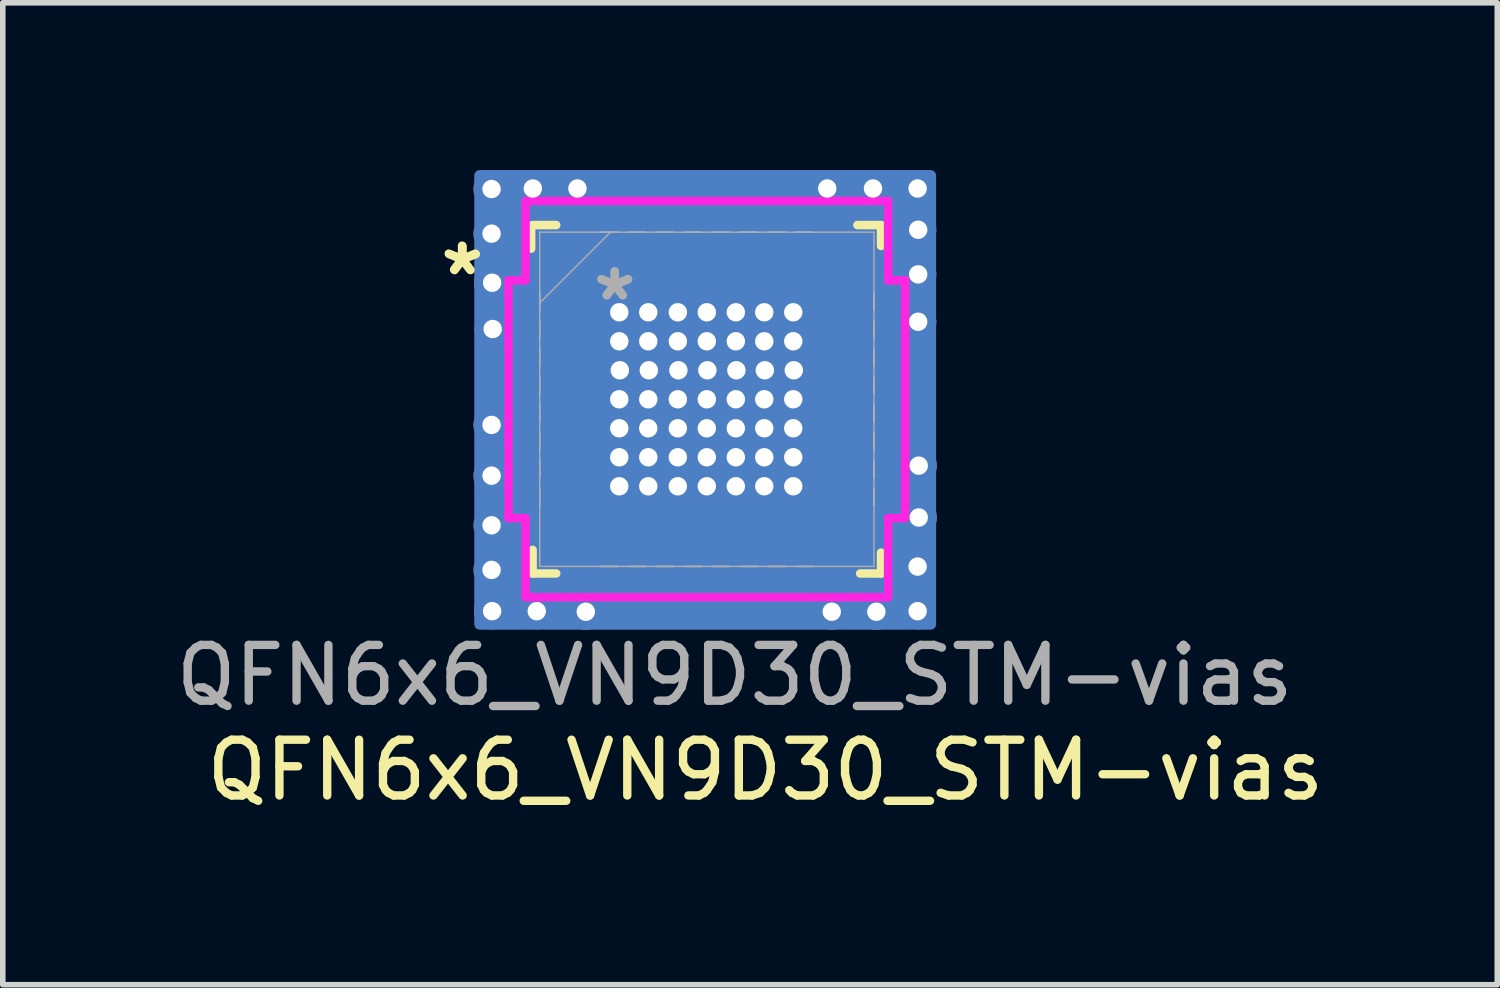
<source format=kicad_pcb>
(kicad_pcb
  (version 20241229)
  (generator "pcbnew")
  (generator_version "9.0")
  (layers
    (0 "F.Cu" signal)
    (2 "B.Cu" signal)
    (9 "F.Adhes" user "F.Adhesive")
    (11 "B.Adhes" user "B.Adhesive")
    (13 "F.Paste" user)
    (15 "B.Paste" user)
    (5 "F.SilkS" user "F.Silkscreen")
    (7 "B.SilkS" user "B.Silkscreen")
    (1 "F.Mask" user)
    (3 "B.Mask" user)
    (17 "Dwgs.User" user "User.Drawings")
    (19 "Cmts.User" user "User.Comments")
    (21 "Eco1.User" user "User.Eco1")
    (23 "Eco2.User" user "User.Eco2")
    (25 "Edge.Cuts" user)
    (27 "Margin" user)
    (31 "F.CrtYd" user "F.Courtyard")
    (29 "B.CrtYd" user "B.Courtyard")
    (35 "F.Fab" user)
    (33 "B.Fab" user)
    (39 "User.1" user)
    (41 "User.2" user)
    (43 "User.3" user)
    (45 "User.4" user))
  (footprint "QFN6x6_VN9D30_STM-vias"
    (layer "F.Cu")
    (at 9.625 4.11)
    (property "Reference" "QFN6x6_VN9D30_STM-vias" (at 1.05 6.65 0) (unlocked yes) (layer "F.SilkS") (effects (font (size 1 1) (thickness 0.15))))
    (attr smd)
    (fp_poly (pts (xy -2.286 -1.903) (xy -2.286 -1.098) (xy -2.997 -1.098) (xy -2.997 -1.903)) (stroke (width 0) (type solid)) (fill yes) (layer "F.Cu"))
    (fp_poly (pts (xy -2.286 -0.903) (xy -2.286 -0.098) (xy -2.997 -0.098) (xy -2.997 -0.903)) (stroke (width 0) (type solid)) (fill yes) (layer "F.Cu"))
    (fp_poly (pts (xy -1.903 -2.997) (xy -1.098 -2.997) (xy -1.098 -2.286) (xy -1.903 -2.286)) (stroke (width 0) (type solid)) (fill yes) (layer "F.Cu"))
    (fp_poly (pts (xy -0.903 -2.997) (xy -0.098 -2.997) (xy -0.098 -2.286) (xy -0.903 -2.286)) (stroke (width 0) (type solid)) (fill yes) (layer "F.Cu"))
    (fp_poly (pts (xy 0.098 -2.997) (xy 0.903 -2.997) (xy 0.903 -2.286) (xy 0.098 -2.286)) (stroke (width 0) (type solid)) (fill yes) (layer "F.Cu"))
    (fp_poly (pts (xy 1.098 -2.997) (xy 1.903 -2.997) (xy 1.903 -2.286) (xy 1.098 -2.286)) (stroke (width 0) (type solid)) (fill yes) (layer "F.Cu"))
    (fp_poly (pts (xy 2.997 -1.903) (xy 2.997 -1.098) (xy 2.286 -1.098) (xy 2.286 -1.903)) (stroke (width 0) (type solid)) (fill yes) (layer "F.Cu"))
    (fp_poly (pts (xy 2.997 -0.903) (xy 2.997 -0.098) (xy 2.286 -0.098) (xy 2.286 -0.903)) (stroke (width 0) (type solid)) (fill yes) (layer "F.Cu"))
    (fp_poly (pts (xy 2.288 -2.27) (xy 2.29 -3) (xy 2.31 -3) (xy 2.31 -3.297) (xy 2.56 -3.298) (xy 2.56 -2.999) (xy 2.585 -3) (xy 2.585 -2.595) (xy 2.991 -2.595) (xy 2.991 -2.28)) (stroke (width 0) (type solid)) (fill yes) (layer "F.Cu"))
    (fp_poly (pts (xy -3 -2.31) (xy -3 -2.28) (xy -2.29 -2.28) (xy -2.29 -2.998) (xy -2.311 -2.998) (xy -2.311 -3.3) (xy -2.571 -3.3) (xy -2.571 -2.997) (xy -2.596 -2.998) (xy -2.596 -2.593) (xy -3 -2.593) (xy -3 -2.57) (xy -3.3 -2.57) (xy -3.3 -2.31)) (stroke (width 0) (type solid)) (fill yes) (layer "F.Cu"))
    (fp_poly (pts (xy -2.286 -1.903) (xy -2.286 -1.098) (xy -2.997 -1.098) (xy -2.997 -1.903)) (stroke (width 0) (type solid)) (fill yes) (layer "F.Mask"))
    (fp_rect (start -4.07 -4.01) (end 4.012 4.032) (stroke (width 0.2) (type solid)) (fill yes) (layer "B.Cu"))
    (fp_line (start -3.15 -3.1) (end -3.15 -2.7) (stroke (width 0.152) (type solid)) (layer "F.SilkS"))
    (fp_line (start -3.124 2.7) (end -3.124 3.124) (stroke (width 0.152) (type solid)) (layer "F.SilkS"))
    (fp_line (start -3.124 3.124) (end -2.7 3.124) (stroke (width 0.152) (type solid)) (layer "F.SilkS"))
    (fp_line (start -2.7 -3.124) (end -3.124 -3.124) (stroke (width 0.152) (type solid)) (layer "F.SilkS"))
    (fp_line (start 2.75 3.124) (end 3.124 3.124) (stroke (width 0.152) (type solid)) (layer "F.SilkS"))
    (fp_line (start 3.124 -3.124) (end 2.7 -3.124) (stroke (width 0.152) (type solid)) (layer "F.SilkS"))
    (fp_line (start 3.124 -2.75) (end 3.124 -3.124) (stroke (width 0.152) (type solid)) (layer "F.SilkS"))
    (fp_line (start 3.124 3.124) (end 3.124 2.75) (stroke (width 0.152) (type solid)) (layer "F.SilkS"))
    (fp_poly (pts (xy -2.286 -1.903) (xy -2.286 -1.098) (xy -2.997 -1.098) (xy -2.997 -1.903)) (stroke (width 0) (type solid)) (fill yes) (layer "F.Paste"))
    (fp_line (start -3.556 -2.131) (end -3.251 -2.131) (stroke (width 0.152) (type solid)) (layer "F.CrtYd"))
    (fp_line (start -3.556 2.131) (end -3.556 -2.131) (stroke (width 0.152) (type solid)) (layer "F.CrtYd"))
    (fp_line (start -3.251 -2.131) (end -3.251 -3.55) (stroke (width 0.152) (type solid)) (layer "F.CrtYd"))
    (fp_line (start -3.251 2.131) (end -3.556 2.131) (stroke (width 0.152) (type solid)) (layer "F.CrtYd"))
    (fp_line (start -3.251 3.55) (end -3.251 2.131) (stroke (width 0.152) (type solid)) (layer "F.CrtYd"))
    (fp_line (start -3.25 -3.556) (end 3.25 -3.556) (stroke (width 0.152) (type solid)) (layer "F.CrtYd"))
    (fp_line (start 3.25 3.55) (end -3.25 3.55) (stroke (width 0.152) (type solid)) (layer "F.CrtYd"))
    (fp_line (start 3.251 -3.55) (end 3.251 -2.131) (stroke (width 0.152) (type solid)) (layer "F.CrtYd"))
    (fp_line (start 3.251 -2.131) (end 3.556 -2.131) (stroke (width 0.152) (type solid)) (layer "F.CrtYd"))
    (fp_line (start 3.251 2.131) (end 3.251 3.55) (stroke (width 0.152) (type solid)) (layer "F.CrtYd"))
    (fp_line (start 3.556 -2.131) (end 3.556 2.131) (stroke (width 0.152) (type solid)) (layer "F.CrtYd"))
    (fp_line (start 3.556 2.131) (end 3.251 2.131) (stroke (width 0.152) (type solid)) (layer "F.CrtYd"))
    (fp_line (start -2.997 -2.997) (end -2.997 2.997) (stroke (width 0.025) (type solid)) (layer "F.Fab"))
    (fp_line (start -2.997 -1.903) (end -2.997 -1.903) (stroke (width 0.025) (type solid)) (layer "F.Fab"))
    (fp_line (start -2.997 -1.903) (end -2.997 -1.598) (stroke (width 0.025) (type solid)) (layer "F.Fab"))
    (fp_line (start -2.997 -1.727) (end -1.727 -2.997) (stroke (width 0.025) (type solid)) (layer "F.Fab"))
    (fp_line (start -2.997 -1.598) (end -2.997 -1.903) (stroke (width 0.025) (type solid)) (layer "F.Fab"))
    (fp_line (start -2.997 -1.598) (end -2.997 -1.598) (stroke (width 0.025) (type solid)) (layer "F.Fab"))
    (fp_line (start -2.997 -1.403) (end -2.997 -1.403) (stroke (width 0.025) (type solid)) (layer "F.Fab"))
    (fp_line (start -2.997 -1.403) (end -2.997 -1.098) (stroke (width 0.025) (type solid)) (layer "F.Fab"))
    (fp_line (start -2.997 -1.098) (end -2.997 -1.403) (stroke (width 0.025) (type solid)) (layer "F.Fab"))
    (fp_line (start -2.997 -1.098) (end -2.997 -1.098) (stroke (width 0.025) (type solid)) (layer "F.Fab"))
    (fp_line (start -2.997 -0.903) (end -2.997 -0.903) (stroke (width 0.025) (type solid)) (layer "F.Fab"))
    (fp_line (start -2.997 -0.903) (end -2.997 -0.598) (stroke (width 0.025) (type solid)) (layer "F.Fab"))
    (fp_line (start -2.997 -0.598) (end -2.997 -0.903) (stroke (width 0.025) (type solid)) (layer "F.Fab"))
    (fp_line (start -2.997 -0.598) (end -2.997 -0.598) (stroke (width 0.025) (type solid)) (layer "F.Fab"))
    (fp_line (start -2.997 -0.402) (end -2.997 -0.402) (stroke (width 0.025) (type solid)) (layer "F.Fab"))
    (fp_line (start -2.997 -0.402) (end -2.997 -0.098) (stroke (width 0.025) (type solid)) (layer "F.Fab"))
    (fp_line (start -2.997 -0.098) (end -2.997 -0.402) (stroke (width 0.025) (type solid)) (layer "F.Fab"))
    (fp_line (start -2.997 -0.098) (end -2.997 -0.098) (stroke (width 0.025) (type solid)) (layer "F.Fab"))
    (fp_line (start -2.997 0.098) (end -2.997 0.098) (stroke (width 0.025) (type solid)) (layer "F.Fab"))
    (fp_line (start -2.997 0.098) (end -2.997 0.402) (stroke (width 0.025) (type solid)) (layer "F.Fab"))
    (fp_line (start -2.997 0.402) (end -2.997 0.098) (stroke (width 0.025) (type solid)) (layer "F.Fab"))
    (fp_line (start -2.997 0.402) (end -2.997 0.402) (stroke (width 0.025) (type solid)) (layer "F.Fab"))
    (fp_line (start -2.997 0.598) (end -2.997 0.598) (stroke (width 0.025) (type solid)) (layer "F.Fab"))
    (fp_line (start -2.997 0.598) (end -2.997 0.903) (stroke (width 0.025) (type solid)) (layer "F.Fab"))
    (fp_line (start -2.997 0.903) (end -2.997 0.598) (stroke (width 0.025) (type solid)) (layer "F.Fab"))
    (fp_line (start -2.997 0.903) (end -2.997 0.903) (stroke (width 0.025) (type solid)) (layer "F.Fab"))
    (fp_line (start -2.997 1.098) (end -2.997 1.098) (stroke (width 0.025) (type solid)) (layer "F.Fab"))
    (fp_line (start -2.997 1.098) (end -2.997 1.403) (stroke (width 0.025) (type solid)) (layer "F.Fab"))
    (fp_line (start -2.997 1.403) (end -2.997 1.098) (stroke (width 0.025) (type solid)) (layer "F.Fab"))
    (fp_line (start -2.997 1.403) (end -2.997 1.403) (stroke (width 0.025) (type solid)) (layer "F.Fab"))
    (fp_line (start -2.997 1.598) (end -2.997 1.598) (stroke (width 0.025) (type solid)) (layer "F.Fab"))
    (fp_line (start -2.997 1.598) (end -2.997 1.903) (stroke (width 0.025) (type solid)) (layer "F.Fab"))
    (fp_line (start -2.997 1.903) (end -2.997 1.598) (stroke (width 0.025) (type solid)) (layer "F.Fab"))
    (fp_line (start -2.997 1.903) (end -2.997 1.903) (stroke (width 0.025) (type solid)) (layer "F.Fab"))
    (fp_line (start -2.997 2.997) (end 2.997 2.997) (stroke (width 0.025) (type solid)) (layer "F.Fab"))
    (fp_line (start -1.903 -2.997) (end -1.903 -2.997) (stroke (width 0.025) (type solid)) (layer "F.Fab"))
    (fp_line (start -1.903 -2.997) (end -1.598 -2.997) (stroke (width 0.025) (type solid)) (layer "F.Fab"))
    (fp_line (start -1.903 2.997) (end -1.903 2.997) (stroke (width 0.025) (type solid)) (layer "F.Fab"))
    (fp_line (start -1.903 2.997) (end -1.598 2.997) (stroke (width 0.025) (type solid)) (layer "F.Fab"))
    (fp_line (start -1.598 -2.997) (end -1.903 -2.997) (stroke (width 0.025) (type solid)) (layer "F.Fab"))
    (fp_line (start -1.598 -2.997) (end -1.598 -2.997) (stroke (width 0.025) (type solid)) (layer "F.Fab"))
    (fp_line (start -1.598 2.997) (end -1.903 2.997) (stroke (width 0.025) (type solid)) (layer "F.Fab"))
    (fp_line (start -1.598 2.997) (end -1.598 2.997) (stroke (width 0.025) (type solid)) (layer "F.Fab"))
    (fp_line (start -1.403 -2.997) (end -1.403 -2.997) (stroke (width 0.025) (type solid)) (layer "F.Fab"))
    (fp_line (start -1.403 -2.997) (end -1.098 -2.997) (stroke (width 0.025) (type solid)) (layer "F.Fab"))
    (fp_line (start -1.403 2.997) (end -1.403 2.997) (stroke (width 0.025) (type solid)) (layer "F.Fab"))
    (fp_line (start -1.403 2.997) (end -1.098 2.997) (stroke (width 0.025) (type solid)) (layer "F.Fab"))
    (fp_line (start -1.098 -2.997) (end -1.403 -2.997) (stroke (width 0.025) (type solid)) (layer "F.Fab"))
    (fp_line (start -1.098 -2.997) (end -1.098 -2.997) (stroke (width 0.025) (type solid)) (layer "F.Fab"))
    (fp_line (start -1.098 2.997) (end -1.403 2.997) (stroke (width 0.025) (type solid)) (layer "F.Fab"))
    (fp_line (start -1.098 2.997) (end -1.098 2.997) (stroke (width 0.025) (type solid)) (layer "F.Fab"))
    (fp_line (start -0.903 -2.997) (end -0.903 -2.997) (stroke (width 0.025) (type solid)) (layer "F.Fab"))
    (fp_line (start -0.903 -2.997) (end -0.598 -2.997) (stroke (width 0.025) (type solid)) (layer "F.Fab"))
    (fp_line (start -0.903 2.997) (end -0.903 2.997) (stroke (width 0.025) (type solid)) (layer "F.Fab"))
    (fp_line (start -0.903 2.997) (end -0.598 2.997) (stroke (width 0.025) (type solid)) (layer "F.Fab"))
    (fp_line (start -0.598 -2.997) (end -0.903 -2.997) (stroke (width 0.025) (type solid)) (layer "F.Fab"))
    (fp_line (start -0.598 -2.997) (end -0.598 -2.997) (stroke (width 0.025) (type solid)) (layer "F.Fab"))
    (fp_line (start -0.598 2.997) (end -0.903 2.997) (stroke (width 0.025) (type solid)) (layer "F.Fab"))
    (fp_line (start -0.598 2.997) (end -0.598 2.997) (stroke (width 0.025) (type solid)) (layer "F.Fab"))
    (fp_line (start -0.402 -2.997) (end -0.402 -2.997) (stroke (width 0.025) (type solid)) (layer "F.Fab"))
    (fp_line (start -0.402 -2.997) (end -0.098 -2.997) (stroke (width 0.025) (type solid)) (layer "F.Fab"))
    (fp_line (start -0.402 2.997) (end -0.402 2.997) (stroke (width 0.025) (type solid)) (layer "F.Fab"))
    (fp_line (start -0.402 2.997) (end -0.098 2.997) (stroke (width 0.025) (type solid)) (layer "F.Fab"))
    (fp_line (start -0.098 -2.997) (end -0.402 -2.997) (stroke (width 0.025) (type solid)) (layer "F.Fab"))
    (fp_line (start -0.098 -2.997) (end -0.098 -2.997) (stroke (width 0.025) (type solid)) (layer "F.Fab"))
    (fp_line (start -0.098 2.997) (end -0.402 2.997) (stroke (width 0.025) (type solid)) (layer "F.Fab"))
    (fp_line (start -0.098 2.997) (end -0.098 2.997) (stroke (width 0.025) (type solid)) (layer "F.Fab"))
    (fp_line (start 0.098 -2.997) (end 0.098 -2.997) (stroke (width 0.025) (type solid)) (layer "F.Fab"))
    (fp_line (start 0.098 -2.997) (end 0.402 -2.997) (stroke (width 0.025) (type solid)) (layer "F.Fab"))
    (fp_line (start 0.098 2.997) (end 0.098 2.997) (stroke (width 0.025) (type solid)) (layer "F.Fab"))
    (fp_line (start 0.098 2.997) (end 0.402 2.997) (stroke (width 0.025) (type solid)) (layer "F.Fab"))
    (fp_line (start 0.402 -2.997) (end 0.098 -2.997) (stroke (width 0.025) (type solid)) (layer "F.Fab"))
    (fp_line (start 0.402 -2.997) (end 0.402 -2.997) (stroke (width 0.025) (type solid)) (layer "F.Fab"))
    (fp_line (start 0.402 2.997) (end 0.098 2.997) (stroke (width 0.025) (type solid)) (layer "F.Fab"))
    (fp_line (start 0.402 2.997) (end 0.402 2.997) (stroke (width 0.025) (type solid)) (layer "F.Fab"))
    (fp_line (start 0.598 -2.997) (end 0.598 -2.997) (stroke (width 0.025) (type solid)) (layer "F.Fab"))
    (fp_line (start 0.598 -2.997) (end 0.903 -2.997) (stroke (width 0.025) (type solid)) (layer "F.Fab"))
    (fp_line (start 0.598 2.997) (end 0.598 2.997) (stroke (width 0.025) (type solid)) (layer "F.Fab"))
    (fp_line (start 0.598 2.997) (end 0.903 2.997) (stroke (width 0.025) (type solid)) (layer "F.Fab"))
    (fp_line (start 0.903 -2.997) (end 0.598 -2.997) (stroke (width 0.025) (type solid)) (layer "F.Fab"))
    (fp_line (start 0.903 -2.997) (end 0.903 -2.997) (stroke (width 0.025) (type solid)) (layer "F.Fab"))
    (fp_line (start 0.903 2.997) (end 0.598 2.997) (stroke (width 0.025) (type solid)) (layer "F.Fab"))
    (fp_line (start 0.903 2.997) (end 0.903 2.997) (stroke (width 0.025) (type solid)) (layer "F.Fab"))
    (fp_line (start 1.098 -2.997) (end 1.098 -2.997) (stroke (width 0.025) (type solid)) (layer "F.Fab"))
    (fp_line (start 1.098 -2.997) (end 1.403 -2.997) (stroke (width 0.025) (type solid)) (layer "F.Fab"))
    (fp_line (start 1.098 2.997) (end 1.098 2.997) (stroke (width 0.025) (type solid)) (layer "F.Fab"))
    (fp_line (start 1.098 2.997) (end 1.403 2.997) (stroke (width 0.025) (type solid)) (layer "F.Fab"))
    (fp_line (start 1.403 -2.997) (end 1.098 -2.997) (stroke (width 0.025) (type solid)) (layer "F.Fab"))
    (fp_line (start 1.403 -2.997) (end 1.403 -2.997) (stroke (width 0.025) (type solid)) (layer "F.Fab"))
    (fp_line (start 1.403 2.997) (end 1.098 2.997) (stroke (width 0.025) (type solid)) (layer "F.Fab"))
    (fp_line (start 1.403 2.997) (end 1.403 2.997) (stroke (width 0.025) (type solid)) (layer "F.Fab"))
    (fp_line (start 1.598 -2.997) (end 1.598 -2.997) (stroke (width 0.025) (type solid)) (layer "F.Fab"))
    (fp_line (start 1.598 -2.997) (end 1.903 -2.997) (stroke (width 0.025) (type solid)) (layer "F.Fab"))
    (fp_line (start 1.598 2.997) (end 1.598 2.997) (stroke (width 0.025) (type solid)) (layer "F.Fab"))
    (fp_line (start 1.598 2.997) (end 1.903 2.997) (stroke (width 0.025) (type solid)) (layer "F.Fab"))
    (fp_line (start 1.903 -2.997) (end 1.598 -2.997) (stroke (width 0.025) (type solid)) (layer "F.Fab"))
    (fp_line (start 1.903 -2.997) (end 1.903 -2.997) (stroke (width 0.025) (type solid)) (layer "F.Fab"))
    (fp_line (start 1.903 2.997) (end 1.598 2.997) (stroke (width 0.025) (type solid)) (layer "F.Fab"))
    (fp_line (start 1.903 2.997) (end 1.903 2.997) (stroke (width 0.025) (type solid)) (layer "F.Fab"))
    (fp_line (start 2.997 -2.997) (end -2.997 -2.997) (stroke (width 0.025) (type solid)) (layer "F.Fab"))
    (fp_line (start 2.997 -1.903) (end 2.997 -1.903) (stroke (width 0.025) (type solid)) (layer "F.Fab"))
    (fp_line (start 2.997 -1.903) (end 2.997 -1.598) (stroke (width 0.025) (type solid)) (layer "F.Fab"))
    (fp_line (start 2.997 -1.598) (end 2.997 -1.903) (stroke (width 0.025) (type solid)) (layer "F.Fab"))
    (fp_line (start 2.997 -1.598) (end 2.997 -1.598) (stroke (width 0.025) (type solid)) (layer "F.Fab"))
    (fp_line (start 2.997 -1.403) (end 2.997 -1.403) (stroke (width 0.025) (type solid)) (layer "F.Fab"))
    (fp_line (start 2.997 -1.403) (end 2.997 -1.098) (stroke (width 0.025) (type solid)) (layer "F.Fab"))
    (fp_line (start 2.997 -1.098) (end 2.997 -1.403) (stroke (width 0.025) (type solid)) (layer "F.Fab"))
    (fp_line (start 2.997 -1.098) (end 2.997 -1.098) (stroke (width 0.025) (type solid)) (layer "F.Fab"))
    (fp_line (start 2.997 -0.903) (end 2.997 -0.903) (stroke (width 0.025) (type solid)) (layer "F.Fab"))
    (fp_line (start 2.997 -0.903) (end 2.997 -0.598) (stroke (width 0.025) (type solid)) (layer "F.Fab"))
    (fp_line (start 2.997 -0.598) (end 2.997 -0.903) (stroke (width 0.025) (type solid)) (layer "F.Fab"))
    (fp_line (start 2.997 -0.598) (end 2.997 -0.598) (stroke (width 0.025) (type solid)) (layer "F.Fab"))
    (fp_line (start 2.997 -0.402) (end 2.997 -0.402) (stroke (width 0.025) (type solid)) (layer "F.Fab"))
    (fp_line (start 2.997 -0.402) (end 2.997 -0.098) (stroke (width 0.025) (type solid)) (layer "F.Fab"))
    (fp_line (start 2.997 -0.098) (end 2.997 -0.402) (stroke (width 0.025) (type solid)) (layer "F.Fab"))
    (fp_line (start 2.997 -0.098) (end 2.997 -0.098) (stroke (width 0.025) (type solid)) (layer "F.Fab"))
    (fp_line (start 2.997 0.098) (end 2.997 0.098) (stroke (width 0.025) (type solid)) (layer "F.Fab"))
    (fp_line (start 2.997 0.098) (end 2.997 0.402) (stroke (width 0.025) (type solid)) (layer "F.Fab"))
    (fp_line (start 2.997 0.402) (end 2.997 0.098) (stroke (width 0.025) (type solid)) (layer "F.Fab"))
    (fp_line (start 2.997 0.402) (end 2.997 0.402) (stroke (width 0.025) (type solid)) (layer "F.Fab"))
    (fp_line (start 2.997 0.598) (end 2.997 0.598) (stroke (width 0.025) (type solid)) (layer "F.Fab"))
    (fp_line (start 2.997 0.598) (end 2.997 0.903) (stroke (width 0.025) (type solid)) (layer "F.Fab"))
    (fp_line (start 2.997 0.903) (end 2.997 0.598) (stroke (width 0.025) (type solid)) (layer "F.Fab"))
    (fp_line (start 2.997 0.903) (end 2.997 0.903) (stroke (width 0.025) (type solid)) (layer "F.Fab"))
    (fp_line (start 2.997 1.098) (end 2.997 1.098) (stroke (width 0.025) (type solid)) (layer "F.Fab"))
    (fp_line (start 2.997 1.098) (end 2.997 1.403) (stroke (width 0.025) (type solid)) (layer "F.Fab"))
    (fp_line (start 2.997 1.403) (end 2.997 1.098) (stroke (width 0.025) (type solid)) (layer "F.Fab"))
    (fp_line (start 2.997 1.403) (end 2.997 1.403) (stroke (width 0.025) (type solid)) (layer "F.Fab"))
    (fp_line (start 2.997 1.598) (end 2.997 1.598) (stroke (width 0.025) (type solid)) (layer "F.Fab"))
    (fp_line (start 2.997 1.598) (end 2.997 1.903) (stroke (width 0.025) (type solid)) (layer "F.Fab"))
    (fp_line (start 2.997 1.903) (end 2.997 1.598) (stroke (width 0.025) (type solid)) (layer "F.Fab"))
    (fp_line (start 2.997 1.903) (end 2.997 1.903) (stroke (width 0.025) (type solid)) (layer "F.Fab"))
    (fp_line (start 2.997 2.997) (end 2.997 -2.997) (stroke (width 0.025) (type solid)) (layer "F.Fab"))
    (fp_text user "*" (at -4.39 -2.21 0) (layer "F.SilkS") (effects (font (size 1 1) (thickness 0.15))))
    (fp_text user "*" (at -4.38 -2.2 0) (unlocked yes) (layer "F.SilkS") (effects (font (size 1 1) (thickness 0.15))))
    (fp_text user "${REFERENCE}" (at 0.5 4.95 0) (unlocked yes) (layer "F.Fab") (effects (font (size 1 1) (thickness 0.15))))
    (fp_text user "*" (at -1.651 -1.75 0) (unlocked yes) (layer "F.Fab") (effects (font (size 1 1) (thickness 0.15))))
    (fp_text user "*" (at -1.651 -1.75 0) (layer "F.Fab") (effects (font (size 1 1) (thickness 0.15))))
    (pad "" smd rect (at -2.794 -0.75 90) (size 0.254 1.016) (layers "F.Cu" "F.Mask" "F.Paste"))
    (pad "1" smd rect (at -2.794 -1.75 90) (size 0.254 1.016) (layers "F.Cu" "F.Mask" "F.Paste"))
    (pad "2" smd rect (at -2.794 -1.25 90) (size 0.254 1.016) (layers "F.Cu" "F.Mask" "F.Paste"))
    (pad "4" smd rect (at -2.794 -0.25 90) (size 0.254 1.016) (layers "F.Cu" "F.Mask" "F.Paste"))
    (pad "5" smd rect (at -2.794 0.25 90) (size 0.254 1.016) (layers "F.Cu" "F.Mask" "F.Paste"))
    (pad "6" smd rect (at -2.794 0.75 90) (size 0.254 1.016) (layers "F.Cu" "F.Mask" "F.Paste"))
    (pad "7" smd rect (at -2.794 1.25 90) (size 0.254 1.016) (layers "F.Cu" "F.Mask" "F.Paste"))
    (pad "8" smd rect (at -2.794 1.75 90) (size 0.254 1.016) (layers "F.Cu" "F.Mask" "F.Paste"))
    (pad "9" smd rect (at -1.75 2.794) (size 0.254 1.016) (layers "F.Cu" "F.Mask" "F.Paste"))
    (pad "10" smd rect (at -1.25 2.794) (size 0.254 1.016) (layers "F.Cu" "F.Mask" "F.Paste"))
    (pad "11" smd rect (at -0.75 2.794) (size 0.254 1.016) (layers "F.Cu" "F.Mask" "F.Paste"))
    (pad "12" smd rect (at -0.25 2.794) (size 0.254 1.016) (layers "F.Cu" "F.Mask" "F.Paste"))
    (pad "13" smd rect (at 0.25 2.794) (size 0.254 1.016) (layers "F.Cu" "F.Mask" "F.Paste"))
    (pad "14" smd rect (at 0.75 2.794) (size 0.254 1.016) (layers "F.Cu" "F.Mask" "F.Paste"))
    (pad "15" smd rect (at 1.25 2.794) (size 0.254 1.016) (layers "F.Cu" "F.Mask" "F.Paste"))
    (pad "16" smd rect (at 1.75 2.794) (size 0.254 1.016) (layers "F.Cu" "F.Mask" "F.Paste"))
    (pad "17" smd rect (at 2.794 1.75 90) (size 0.254 1.016) (layers "F.Cu" "F.Mask" "F.Paste"))
    (pad "18" smd rect (at 2.794 1.25 90) (size 0.254 1.016) (layers "F.Cu" "F.Mask" "F.Paste"))
    (pad "19" smd rect (at 2.794 0.75 90) (size 0.254 1.016) (layers "F.Cu" "F.Mask" "F.Paste"))
    (pad "20" smd rect (at 2.794 0.25 90) (size 0.254 1.016) (layers "F.Cu" "F.Mask" "F.Paste"))
    (pad "21" smd rect (at 2.794 -0.25 90) (size 0.254 1.016) (layers "F.Cu" "F.Mask" "F.Paste"))
    (pad "22" smd rect (at 2.794 -0.75 90) (size 0.254 1.016) (layers "F.Cu" "F.Mask" "F.Paste"))
    (pad "23" smd rect (at 2.794 -1.25 90) (size 0.254 1.016) (layers "F.Cu" "F.Mask" "F.Paste"))
    (pad "24" smd rect (at 2.794 -1.75 90) (size 0.254 1.016) (layers "F.Cu" "F.Mask" "F.Paste"))
    (pad "25" smd rect (at 1.75 -2.794) (size 0.254 1.016) (layers "F.Cu" "F.Mask" "F.Paste"))
    (pad "26" smd rect (at 1.25 -2.794) (size 0.254 1.016) (layers "F.Cu" "F.Mask" "F.Paste"))
    (pad "27" smd rect (at 0.75 -2.794) (size 0.254 1.016) (layers "F.Cu" "F.Mask" "F.Paste"))
    (pad "28" smd rect (at 0.25 -2.794) (size 0.254 1.016) (layers "F.Cu" "F.Mask" "F.Paste"))
    (pad "29" smd rect (at -0.25 -2.794) (size 0.254 1.016) (layers "F.Cu" "F.Mask" "F.Paste"))
    (pad "30" smd rect (at -0.75 -2.794) (size 0.254 1.016) (layers "F.Cu" "F.Mask" "F.Paste"))
    (pad "31" smd rect (at -1.25 -2.794) (size 0.254 1.016) (layers "F.Cu" "F.Mask" "F.Paste"))
    (pad "32" smd rect (at -1.75 -2.794) (size 0.254 1.016) (layers "F.Cu" "F.Mask" "F.Paste"))
    (pad "33" thru_hole circle (at -3.86 -3.77) (size 0.65 0.65) (drill 0.33) (layers "*.Cu" "F.Mask" "F.Paste") (remove_unused_layers yes) (keep_end_layers yes) (zone_layer_connections))
    (pad "33" thru_hole circle (at -3.86 -2.97) (size 0.65 0.65) (drill 0.33) (layers "*.Cu" "F.Mask" "F.Paste") (remove_unused_layers yes) (keep_end_layers yes) (zone_layer_connections))
    (pad "33" thru_hole circle (at -3.86 0.46 90) (size 0.65 0.65) (drill 0.33) (layers "*.Cu" "F.Mask" "F.Paste") (remove_unused_layers yes) (keep_end_layers yes) (zone_layer_connections))
    (pad "33" thru_hole circle (at -3.86 1.37 90) (size 0.65 0.65) (drill 0.33) (layers "*.Cu" "F.Mask" "F.Paste") (remove_unused_layers yes) (keep_end_layers yes) (zone_layer_connections))
    (pad "33" thru_hole circle (at -3.86 2.26 90) (size 0.65 0.65) (drill 0.33) (layers "*.Cu" "F.Mask" "F.Paste") (remove_unused_layers yes) (keep_end_layers yes) (zone_layer_connections))
    (pad "33" thru_hole circle (at -3.86 3.06 90) (size 0.65 0.65) (drill 0.33) (layers "*.Cu" "F.Mask" "F.Paste") (remove_unused_layers yes) (keep_end_layers yes) (zone_layer_connections))
    (pad "33" thru_hole circle (at -3.85 -2.09) (size 0.65 0.65) (drill 0.33) (layers "*.Cu" "F.Mask" "F.Paste") (remove_unused_layers yes) (keep_end_layers yes) (zone_layer_connections))
    (pad "33" thru_hole circle (at -3.85 3.8 90) (size 0.65 0.65) (drill 0.33) (layers "*.Cu" "F.Mask" "F.Paste") (remove_unused_layers yes) (keep_end_layers yes) (zone_layer_connections))
    (pad "33" thru_hole circle (at -3.84 -1.26 180) (size 0.65 0.65) (drill 0.33) (layers "*.Cu" "F.Mask" "F.Paste") (remove_unused_layers yes) (keep_end_layers yes) (zone_layer_connections))
    (pad "33" thru_hole circle (at -3.12 -3.78) (size 0.65 0.65) (drill 0.33) (layers "*.Cu" "F.Mask" "F.Paste") (remove_unused_layers yes) (keep_end_layers yes) (zone_layer_connections))
    (pad "33" thru_hole circle (at -3.05 3.8 90) (size 0.65 0.65) (drill 0.33) (layers "*.Cu" "F.Mask" "F.Paste") (remove_unused_layers yes) (keep_end_layers yes) (zone_layer_connections))
    (pad "33" thru_hole circle (at -2.32 -3.78) (size 0.65 0.65) (drill 0.33) (layers "*.Cu" "F.Mask" "F.Paste") (remove_unused_layers yes) (keep_end_layers yes) (zone_layer_connections))
    (pad "33" thru_hole circle (at -2.17 3.81 90) (size 0.65 0.65) (drill 0.33) (layers "*.Cu" "F.Mask" "F.Paste") (remove_unused_layers yes) (keep_end_layers yes) (zone_layer_connections))
    (pad "33" thru_hole circle (at -1.57 -1.56) (size 0.65 0.65) (drill 0.33) (layers "*.Cu" "F.Mask" "F.Paste") (remove_unused_layers yes) (keep_end_layers yes) (zone_layer_connections))
    (pad "33" thru_hole circle (at -1.57 -1.04) (size 0.65 0.65) (drill 0.33) (layers "*.Cu" "F.Mask" "F.Paste") (remove_unused_layers yes) (keep_end_layers yes) (zone_layer_connections))
    (pad "33" thru_hole circle (at -1.57 0) (size 0.65 0.65) (drill 0.33) (layers "*.Cu" "F.Mask" "F.Paste") (remove_unused_layers yes) (keep_end_layers yes) (zone_layer_connections))
    (pad "33" thru_hole circle (at -1.57 0.52) (size 0.65 0.65) (drill 0.33) (layers "*.Cu" "F.Mask" "F.Paste") (remove_unused_layers yes) (keep_end_layers yes) (zone_layer_connections))
    (pad "33" thru_hole circle (at -1.57 1.04) (size 0.65 0.65) (drill 0.33) (layers "*.Cu" "F.Mask" "F.Paste") (remove_unused_layers yes) (keep_end_layers yes) (zone_layer_connections))
    (pad "33" thru_hole circle (at -1.57 1.56) (size 0.65 0.65) (drill 0.33) (layers "*.Cu" "F.Mask" "F.Paste") (remove_unused_layers yes) (keep_end_layers yes) (zone_layer_connections))
    (pad "33" thru_hole circle (at -1.56 -0.52) (size 0.65 0.65) (drill 0.33) (layers "*.Cu" "F.Mask" "F.Paste") (remove_unused_layers yes) (keep_end_layers yes) (zone_layer_connections))
    (pad "33" thru_hole circle (at -1.05 -1.56) (size 0.65 0.65) (drill 0.33) (layers "*.Cu" "F.Mask" "F.Paste") (remove_unused_layers yes) (keep_end_layers yes) (zone_layer_connections))
    (pad "33" thru_hole circle (at -1.05 -1.04) (size 0.65 0.65) (drill 0.33) (layers "*.Cu" "F.Mask" "F.Paste") (remove_unused_layers yes) (keep_end_layers yes) (zone_layer_connections))
    (pad "33" thru_hole circle (at -1.05 0) (size 0.65 0.65) (drill 0.33) (layers "*.Cu" "F.Mask" "F.Paste") (remove_unused_layers yes) (keep_end_layers yes) (zone_layer_connections))
    (pad "33" thru_hole circle (at -1.05 0.52) (size 0.65 0.65) (drill 0.33) (layers "*.Cu" "F.Mask" "F.Paste") (remove_unused_layers yes) (keep_end_layers yes) (zone_layer_connections))
    (pad "33" thru_hole circle (at -1.05 1.04) (size 0.65 0.65) (drill 0.33) (layers "*.Cu" "F.Mask" "F.Paste") (remove_unused_layers yes) (keep_end_layers yes) (zone_layer_connections))
    (pad "33" thru_hole circle (at -1.05 1.56) (size 0.65 0.65) (drill 0.33) (layers "*.Cu" "F.Mask" "F.Paste") (remove_unused_layers yes) (keep_end_layers yes) (zone_layer_connections))
    (pad "33" thru_hole circle (at -1.04 -0.52) (size 0.65 0.65) (drill 0.33) (layers "*.Cu" "F.Mask" "F.Paste") (remove_unused_layers yes) (keep_end_layers yes) (zone_layer_connections))
    (pad "33" thru_hole circle (at -0.52 -1.56) (size 0.65 0.65) (drill 0.33) (layers "*.Cu" "F.Mask" "F.Paste") (remove_unused_layers yes) (keep_end_layers yes) (zone_layer_connections))
    (pad "33" thru_hole circle (at -0.52 -1.04) (size 0.65 0.65) (drill 0.33) (layers "*.Cu" "F.Mask" "F.Paste") (remove_unused_layers yes) (keep_end_layers yes) (zone_layer_connections))
    (pad "33" thru_hole circle (at -0.52 0) (size 0.65 0.65) (drill 0.33) (layers "*.Cu" "F.Mask" "F.Paste") (remove_unused_layers yes) (keep_end_layers yes) (zone_layer_connections))
    (pad "33" thru_hole circle (at -0.52 0.52) (size 0.65 0.65) (drill 0.33) (layers "*.Cu" "F.Mask" "F.Paste") (remove_unused_layers yes) (keep_end_layers yes) (zone_layer_connections))
    (pad "33" thru_hole circle (at -0.52 1.04) (size 0.65 0.65) (drill 0.33) (layers "*.Cu" "F.Mask" "F.Paste") (remove_unused_layers yes) (keep_end_layers yes) (zone_layer_connections))
    (pad "33" thru_hole circle (at -0.52 1.56) (size 0.65 0.65) (drill 0.33) (layers "*.Cu" "F.Mask" "F.Paste") (remove_unused_layers yes) (keep_end_layers yes) (zone_layer_connections))
    (pad "33" thru_hole circle (at -0.51 -0.52) (size 0.65 0.65) (drill 0.33) (layers "*.Cu" "F.Mask" "F.Paste") (remove_unused_layers yes) (keep_end_layers yes) (zone_layer_connections))
    (pad "33" thru_hole circle (at 0 -1.56) (size 0.65 0.65) (drill 0.33) (layers "*.Cu" "F.Mask" "F.Paste") (remove_unused_layers yes) (keep_end_layers yes) (zone_layer_connections))
    (pad "33" thru_hole circle (at 0 -1.04) (size 0.65 0.65) (drill 0.33) (layers "*.Cu" "F.Mask" "F.Paste") (remove_unused_layers yes) (keep_end_layers yes) (zone_layer_connections))
    (pad "33" thru_hole circle (at 0 0) (size 0.65 0.65) (drill 0.33) (layers "*.Cu" "F.Mask" "F.Paste") (remove_unused_layers yes) (keep_end_layers yes) (zone_layer_connections))
    (pad "33" smd rect (at 0 0) (size 3.912 3.912) (layers "F.Cu" "F.Mask" "F.Paste"))
    (pad "33" thru_hole circle (at 0 0.52) (size 0.65 0.65) (drill 0.33) (layers "*.Cu" "F.Mask" "F.Paste") (remove_unused_layers yes) (keep_end_layers yes) (zone_layer_connections))
    (pad "33" thru_hole circle (at 0 1.04) (size 0.65 0.65) (drill 0.33) (layers "*.Cu" "F.Mask" "F.Paste") (remove_unused_layers yes) (keep_end_layers yes) (zone_layer_connections))
    (pad "33" thru_hole circle (at 0 1.56) (size 0.65 0.65) (drill 0.33) (layers "*.Cu" "F.Mask" "F.Paste") (remove_unused_layers yes) (keep_end_layers yes) (zone_layer_connections))
    (pad "33" thru_hole circle (at 0.01 -0.52) (size 0.65 0.65) (drill 0.33) (layers "*.Cu" "F.Mask" "F.Paste") (remove_unused_layers yes) (keep_end_layers yes) (zone_layer_connections))
    (pad "33" thru_hole circle (at 0.52 -1.56) (size 0.65 0.65) (drill 0.33) (layers "*.Cu" "F.Mask" "F.Paste") (remove_unused_layers yes) (keep_end_layers yes) (zone_layer_connections))
    (pad "33" thru_hole circle (at 0.52 -1.04) (size 0.65 0.65) (drill 0.33) (layers "*.Cu" "F.Mask" "F.Paste") (remove_unused_layers yes) (keep_end_layers yes) (zone_layer_connections))
    (pad "33" thru_hole circle (at 0.52 0) (size 0.65 0.65) (drill 0.33) (layers "*.Cu" "F.Mask" "F.Paste") (remove_unused_layers yes) (keep_end_layers yes) (zone_layer_connections))
    (pad "33" thru_hole circle (at 0.52 0.52) (size 0.65 0.65) (drill 0.33) (layers "*.Cu" "F.Mask" "F.Paste") (remove_unused_layers yes) (keep_end_layers yes) (zone_layer_connections))
    (pad "33" thru_hole circle (at 0.52 1.04) (size 0.65 0.65) (drill 0.33) (layers "*.Cu" "F.Mask" "F.Paste") (remove_unused_layers yes) (keep_end_layers yes) (zone_layer_connections))
    (pad "33" thru_hole circle (at 0.52 1.56) (size 0.65 0.65) (drill 0.33) (layers "*.Cu" "F.Mask" "F.Paste") (remove_unused_layers yes) (keep_end_layers yes) (zone_layer_connections))
    (pad "33" thru_hole circle (at 0.53 -0.52) (size 0.65 0.65) (drill 0.33) (layers "*.Cu" "F.Mask" "F.Paste") (remove_unused_layers yes) (keep_end_layers yes) (zone_layer_connections))
    (pad "33" thru_hole circle (at 1.03 -1.56) (size 0.65 0.65) (drill 0.33) (layers "*.Cu" "F.Mask" "F.Paste") (remove_unused_layers yes) (keep_end_layers yes) (zone_layer_connections))
    (pad "33" thru_hole circle (at 1.03 -1.04) (size 0.65 0.65) (drill 0.33) (layers "*.Cu" "F.Mask" "F.Paste") (remove_unused_layers yes) (keep_end_layers yes) (zone_layer_connections))
    (pad "33" thru_hole circle (at 1.03 0) (size 0.65 0.65) (drill 0.33) (layers "*.Cu" "F.Mask" "F.Paste") (remove_unused_layers yes) (keep_end_layers yes) (zone_layer_connections))
    (pad "33" thru_hole circle (at 1.03 0.52) (size 0.65 0.65) (drill 0.33) (layers "*.Cu" "F.Mask" "F.Paste") (remove_unused_layers yes) (keep_end_layers yes) (zone_layer_connections))
    (pad "33" thru_hole circle (at 1.03 1.04) (size 0.65 0.65) (drill 0.33) (layers "*.Cu" "F.Mask" "F.Paste") (remove_unused_layers yes) (keep_end_layers yes) (zone_layer_connections))
    (pad "33" thru_hole circle (at 1.03 1.56) (size 0.65 0.65) (drill 0.33) (layers "*.Cu" "F.Mask" "F.Paste") (remove_unused_layers yes) (keep_end_layers yes) (zone_layer_connections))
    (pad "33" thru_hole circle (at 1.04 -0.52) (size 0.65 0.65) (drill 0.33) (layers "*.Cu" "F.Mask" "F.Paste") (remove_unused_layers yes) (keep_end_layers yes) (zone_layer_connections))
    (pad "33" thru_hole circle (at 1.55 -1.56) (size 0.65 0.65) (drill 0.33) (layers "*.Cu" "F.Mask" "F.Paste") (remove_unused_layers yes) (keep_end_layers yes) (zone_layer_connections))
    (pad "33" thru_hole circle (at 1.55 -1.04) (size 0.65 0.65) (drill 0.33) (layers "*.Cu" "F.Mask" "F.Paste") (remove_unused_layers yes) (keep_end_layers yes) (zone_layer_connections))
    (pad "33" thru_hole circle (at 1.55 0) (size 0.65 0.65) (drill 0.33) (layers "*.Cu" "F.Mask" "F.Paste") (remove_unused_layers yes) (keep_end_layers yes) (zone_layer_connections))
    (pad "33" thru_hole circle (at 1.55 0.52) (size 0.65 0.65) (drill 0.33) (layers "*.Cu" "F.Mask" "F.Paste") (remove_unused_layers yes) (keep_end_layers yes) (zone_layer_connections))
    (pad "33" thru_hole circle (at 1.55 1.04) (size 0.65 0.65) (drill 0.33) (layers "*.Cu" "F.Mask" "F.Paste") (remove_unused_layers yes) (keep_end_layers yes) (zone_layer_connections))
    (pad "33" thru_hole circle (at 1.55 1.56) (size 0.65 0.65) (drill 0.33) (layers "*.Cu" "F.Mask" "F.Paste") (remove_unused_layers yes) (keep_end_layers yes) (zone_layer_connections))
    (pad "33" thru_hole circle (at 1.56 -0.52) (size 0.65 0.65) (drill 0.33) (layers "*.Cu" "F.Mask" "F.Paste") (remove_unused_layers yes) (keep_end_layers yes) (zone_layer_connections))
    (pad "33" thru_hole circle (at 2.16 -3.78 270) (size 0.65 0.65) (drill 0.33) (layers "*.Cu" "F.Mask" "F.Paste") (remove_unused_layers yes) (keep_end_layers yes) (zone_layer_connections))
    (pad "33" thru_hole circle (at 2.24 3.81 180) (size 0.65 0.65) (drill 0.33) (layers "*.Cu" "F.Mask" "F.Paste") (remove_unused_layers yes) (keep_end_layers yes) (zone_layer_connections))
    (pad "33" thru_hole circle (at 2.98 -3.78 270) (size 0.65 0.65) (drill 0.33) (layers "*.Cu" "F.Mask" "F.Paste") (remove_unused_layers yes) (keep_end_layers yes) (zone_layer_connections))
    (pad "33" thru_hole circle (at 3.04 3.81 180) (size 0.65 0.65) (drill 0.33) (layers "*.Cu" "F.Mask" "F.Paste") (remove_unused_layers yes) (keep_end_layers yes) (zone_layer_connections))
    (pad "33" thru_hole circle (at 3.78 -3.78 270) (size 0.65 0.65) (drill 0.33) (layers "*.Cu" "F.Mask" "F.Paste") (remove_unused_layers yes) (keep_end_layers yes) (zone_layer_connections))
    (pad "33" thru_hole circle (at 3.78 3 180) (size 0.65 0.65) (drill 0.33) (layers "*.Cu" "F.Mask" "F.Paste") (remove_unused_layers yes) (keep_end_layers yes) (zone_layer_connections))
    (pad "33" thru_hole circle (at 3.78 3.8 180) (size 0.65 0.65) (drill 0.33) (layers "*.Cu" "F.Mask" "F.Paste") (remove_unused_layers yes) (keep_end_layers yes) (zone_layer_connections))
    (pad "33" thru_hole circle (at 3.79 -3.04 270) (size 0.65 0.65) (drill 0.33) (layers "*.Cu" "F.Mask" "F.Paste") (remove_unused_layers yes) (keep_end_layers yes) (zone_layer_connections))
    (pad "33" thru_hole circle (at 3.79 -2.24 270) (size 0.65 0.65) (drill 0.33) (layers "*.Cu" "F.Mask" "F.Paste") (remove_unused_layers yes) (keep_end_layers yes) (zone_layer_connections))
    (pad "33" thru_hole circle (at 3.79 -1.39 270) (size 0.65 0.65) (drill 0.33) (layers "*.Cu" "F.Mask" "F.Paste") (remove_unused_layers yes) (keep_end_layers yes) (zone_layer_connections))
    (pad "33" thru_hole circle (at 3.8 1.19 180) (size 0.65 0.65) (drill 0.33) (layers "*.Cu" "F.Mask" "F.Paste") (remove_unused_layers yes) (keep_end_layers yes) (zone_layer_connections))
    (pad "33" thru_hole circle (at 3.8 2.12 180) (size 0.65 0.65) (drill 0.33) (layers "*.Cu" "F.Mask" "F.Paste") (remove_unused_layers yes) (keep_end_layers yes) (zone_layer_connections))
    (pad "39" smd circle (at -7.75 -0.85) (size 0.001 0.001) (layers "F.Cu" "F.Mask" "F.Paste")))
  (gr_rect
    (start -3 -3)
    (end 23.8 14.608)
    (stroke (width 0.1) (type default))
    (fill no)
    (layer "Edge.Cuts")))
</source>
